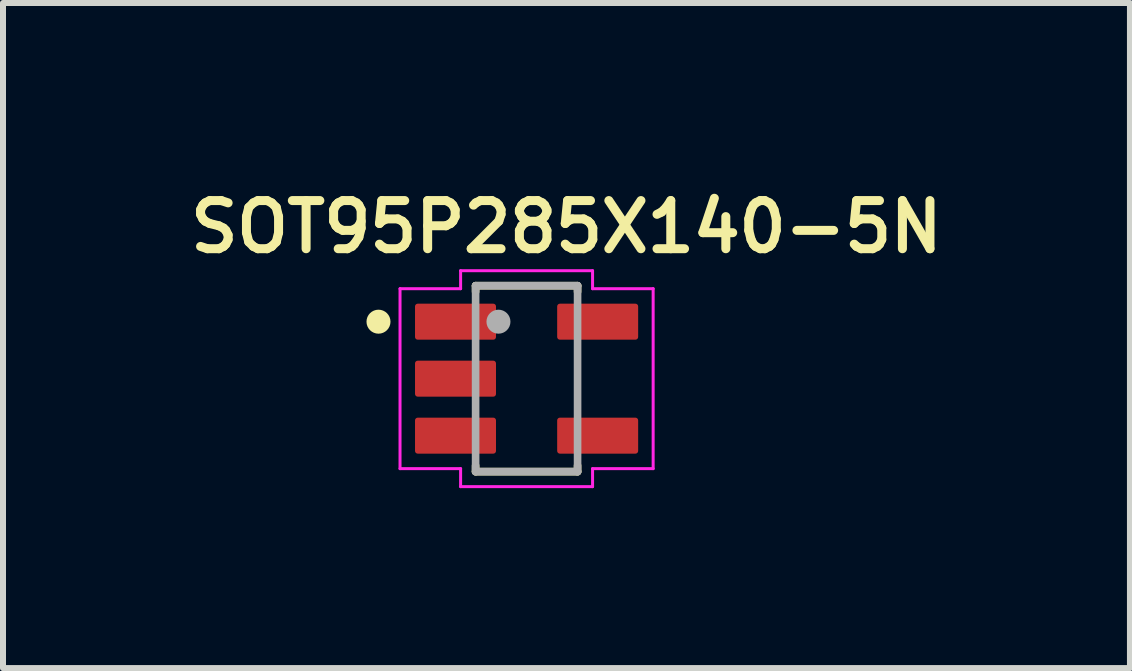
<source format=kicad_pcb>
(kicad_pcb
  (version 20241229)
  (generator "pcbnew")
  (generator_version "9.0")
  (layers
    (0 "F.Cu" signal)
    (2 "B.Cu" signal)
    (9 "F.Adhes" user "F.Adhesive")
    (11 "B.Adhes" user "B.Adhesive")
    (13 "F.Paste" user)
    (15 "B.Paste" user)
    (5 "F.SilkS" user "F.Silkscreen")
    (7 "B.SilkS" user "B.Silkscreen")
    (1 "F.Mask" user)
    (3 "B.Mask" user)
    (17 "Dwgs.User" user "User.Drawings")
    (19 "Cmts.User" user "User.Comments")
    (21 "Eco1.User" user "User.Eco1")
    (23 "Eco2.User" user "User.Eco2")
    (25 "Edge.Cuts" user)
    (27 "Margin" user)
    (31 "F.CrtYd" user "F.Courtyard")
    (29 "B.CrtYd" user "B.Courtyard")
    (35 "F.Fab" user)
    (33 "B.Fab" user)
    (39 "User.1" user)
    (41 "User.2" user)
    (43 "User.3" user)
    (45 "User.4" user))
  (footprint "SOT95P285X140-5N"
    (layer "F.Cu")
    (at 5.729 3.263)
    (property "Reference" "SOT95P285X140-5N" (at 0.664 -2.53 0) (layer "F.SilkS") (effects (font (size 0.803 0.803) (thickness 0.15))))
    (attr smd)
    (fp_line (start -0.85 -1.55) (end -0.85 -1.45) (stroke (width 0.127) (type solid)) (layer "F.SilkS"))
    (fp_line (start -0.85 1.55) (end -0.85 1.45) (stroke (width 0.127) (type solid)) (layer "F.SilkS"))
    (fp_line (start 0.85 -1.55) (end -0.85 -1.55) (stroke (width 0.127) (type solid)) (layer "F.SilkS"))
    (fp_line (start 0.85 -1.55) (end 0.85 -1.45) (stroke (width 0.127) (type solid)) (layer "F.SilkS"))
    (fp_line (start 0.85 1.55) (end -0.85 1.55) (stroke (width 0.127) (type solid)) (layer "F.SilkS"))
    (fp_line (start 0.85 1.55) (end 0.85 1.45) (stroke (width 0.127) (type solid)) (layer "F.SilkS"))
    (fp_circle (center -2.469 -0.95) (end -2.369 -0.95) (stroke (width 0.2) (type solid)) (fill no) (layer "F.SilkS"))
    (fp_line (start -2.11 -1.5) (end -2.11 1.5) (stroke (width 0.05) (type solid)) (layer "F.CrtYd"))
    (fp_line (start -2.11 1.5) (end -1.1 1.5) (stroke (width 0.05) (type solid)) (layer "F.CrtYd"))
    (fp_line (start -1.1 -1.8) (end -1.1 -1.5) (stroke (width 0.05) (type solid)) (layer "F.CrtYd"))
    (fp_line (start -1.1 -1.5) (end -2.11 -1.5) (stroke (width 0.05) (type solid)) (layer "F.CrtYd"))
    (fp_line (start -1.1 1.5) (end -1.1 1.8) (stroke (width 0.05) (type solid)) (layer "F.CrtYd"))
    (fp_line (start -1.1 1.8) (end 1.1 1.8) (stroke (width 0.05) (type solid)) (layer "F.CrtYd"))
    (fp_line (start 1.1 -1.8) (end -1.1 -1.8) (stroke (width 0.05) (type solid)) (layer "F.CrtYd"))
    (fp_line (start 1.1 -1.5) (end 1.1 -1.8) (stroke (width 0.05) (type solid)) (layer "F.CrtYd"))
    (fp_line (start 1.1 1.5) (end 2.11 1.5) (stroke (width 0.05) (type solid)) (layer "F.CrtYd"))
    (fp_line (start 1.1 1.8) (end 1.1 1.5) (stroke (width 0.05) (type solid)) (layer "F.CrtYd"))
    (fp_line (start 2.11 -1.5) (end 1.1 -1.5) (stroke (width 0.05) (type solid)) (layer "F.CrtYd"))
    (fp_line (start 2.11 1.5) (end 2.11 -1.5) (stroke (width 0.05) (type solid)) (layer "F.CrtYd"))
    (fp_line (start -0.85 -1.55) (end 0.85 -1.55) (stroke (width 0.127) (type solid)) (layer "F.Fab"))
    (fp_line (start -0.85 1.55) (end -0.85 -1.55) (stroke (width 0.127) (type solid)) (layer "F.Fab"))
    (fp_line (start 0.85 -1.55) (end 0.85 1.55) (stroke (width 0.127) (type solid)) (layer "F.Fab"))
    (fp_line (start 0.85 1.55) (end -0.85 1.55) (stroke (width 0.127) (type solid)) (layer "F.Fab"))
    (fp_circle (center -0.469 -0.95) (end -0.369 -0.95) (stroke (width 0.2) (type solid)) (fill no) (layer "F.Fab"))
    (pad "1" smd roundrect (at -1.185 -0.95) (size 1.35 0.6) (layers "F.Cu" "F.Mask" "F.Paste") (roundrect_rratio 0.075))
    (pad "2" smd roundrect (at -1.185 0) (size 1.35 0.6) (layers "F.Cu" "F.Mask" "F.Paste") (roundrect_rratio 0.075))
    (pad "3" smd roundrect (at -1.185 0.95) (size 1.35 0.6) (layers "F.Cu" "F.Mask" "F.Paste") (roundrect_rratio 0.075))
    (pad "4" smd roundrect (at 1.185 0.95) (size 1.35 0.6) (layers "F.Cu" "F.Mask" "F.Paste") (roundrect_rratio 0.075))
    (pad "5" smd roundrect (at 1.185 -0.95) (size 1.35 0.6) (layers "F.Cu" "F.Mask" "F.Paste") (roundrect_rratio 0.075)))
  (gr_rect
    (start -3 -3)
    (end 15.788 8.088)
    (stroke (width 0.1) (type default))
    (fill no)
    (layer "Edge.Cuts")))
</source>
